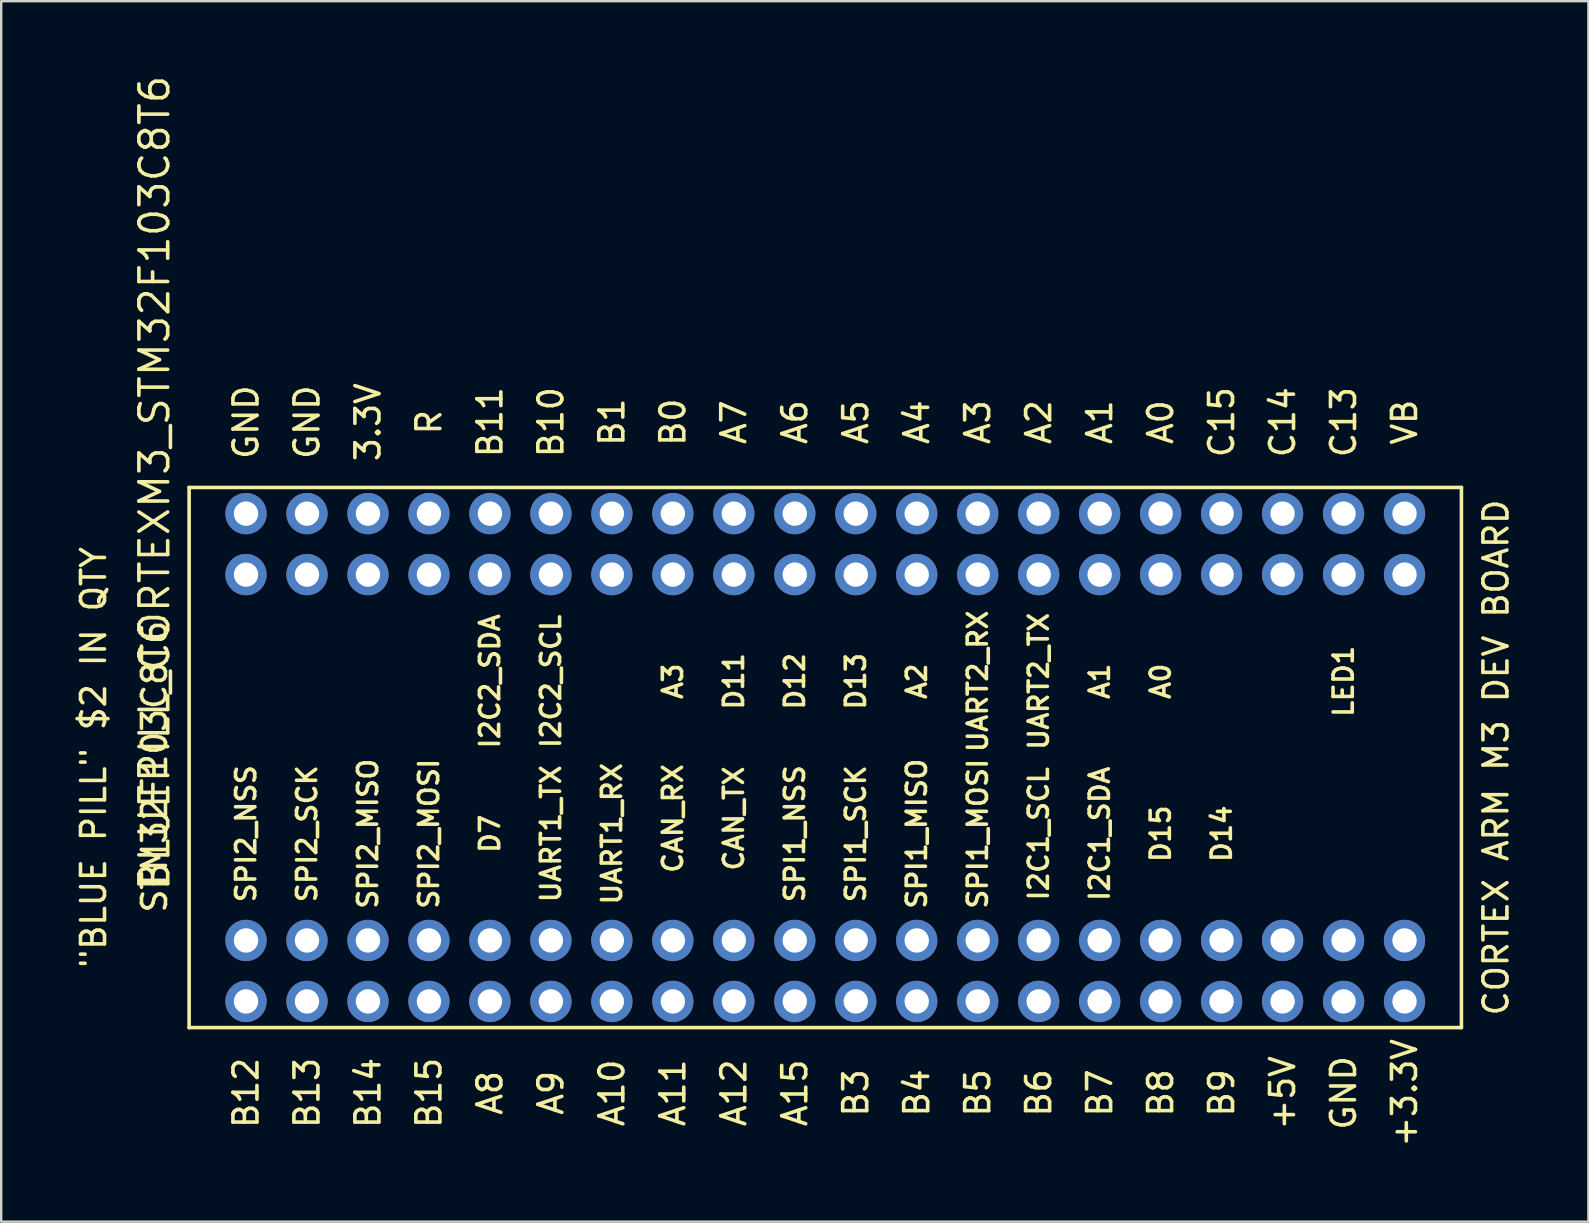
<source format=kicad_pcb>
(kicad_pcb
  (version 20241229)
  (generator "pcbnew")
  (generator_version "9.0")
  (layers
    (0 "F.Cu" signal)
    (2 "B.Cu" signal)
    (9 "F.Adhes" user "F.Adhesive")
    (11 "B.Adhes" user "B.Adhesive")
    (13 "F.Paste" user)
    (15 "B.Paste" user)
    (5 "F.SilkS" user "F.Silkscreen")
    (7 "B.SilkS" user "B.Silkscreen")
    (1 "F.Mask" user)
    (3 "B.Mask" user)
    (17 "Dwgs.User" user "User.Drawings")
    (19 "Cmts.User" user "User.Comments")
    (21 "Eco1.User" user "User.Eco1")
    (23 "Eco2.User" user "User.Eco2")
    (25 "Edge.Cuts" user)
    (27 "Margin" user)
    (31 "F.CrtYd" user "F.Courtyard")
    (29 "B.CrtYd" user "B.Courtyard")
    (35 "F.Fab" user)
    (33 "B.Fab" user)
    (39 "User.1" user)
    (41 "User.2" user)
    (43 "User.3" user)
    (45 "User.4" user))
  (footprint "BLUEPILL_CORTEXM3_STM32F103C8T6"
    (layer "F.Cu")
    (at 31.328 28.506)
    (property "Reference" "BLUEPILL_CORTEXM3_STM32F103C8T6" (at -27.94 -11.43 270) (layer "F.SilkS") (effects (font (size 1.2 1.2) (thickness 0.15))))
    (attr through_hole)
    (fp_line (start -26.5 -11.25) (end -26.5 11.25) (stroke (width 0.15) (type solid)) (layer "F.SilkS"))
    (fp_line (start -26.5 -11.25) (end 26.5 -11.25) (stroke (width 0.15) (type solid)) (layer "F.SilkS"))
    (fp_line (start -26.5 11.25) (end 26.5 11.25) (stroke (width 0.15) (type solid)) (layer "F.SilkS"))
    (fp_line (start 26.5 11.25) (end 26.5 -11.25) (stroke (width 0.15) (type solid)) (layer "F.SilkS"))
    (fp_text user "CAN_TX" (at -3.81 2.54 90) (layer "F.SilkS") (effects (font (size 0.8 0.8) (thickness 0.15))))
    (fp_text user "SPI2_SCK" (at -21.59 3.175 90) (layer "F.SilkS") (effects (font (size 0.8 0.8) (thickness 0.15))))
    (fp_text user "GND" (at -24.13 -13.97 90) (layer "F.SilkS") (effects (font (size 1 1) (thickness 0.15))))
    (fp_text user "A1" (at 11.43 -3.175 90) (layer "F.SilkS") (effects (font (size 0.8 0.8) (thickness 0.15))))
    (fp_text user "A3" (at 6.35 -13.97 90) (layer "F.SilkS") (effects (font (size 1 1) (thickness 0.15))))
    (fp_text user "A15" (at -1.27 13.97 90) (layer "F.SilkS") (effects (font (size 1 1) (thickness 0.15))))
    (fp_text user "SPI2_NSS" (at -24.13 3.175 90) (layer "F.SilkS") (effects (font (size 0.8 0.8) (thickness 0.15))))
    (fp_text user "I2C2_SDA" (at -13.97 -3.175 90) (layer "F.SilkS") (effects (font (size 0.8 0.8) (thickness 0.15))))
    (fp_text user "I2C1_SDA" (at 11.43 3.175 90) (layer "F.SilkS") (effects (font (size 0.8 0.8) (thickness 0.15))))
    (fp_text user "B0" (at -6.35 -13.97 90) (layer "F.SilkS") (effects (font (size 1 1) (thickness 0.15))))
    (fp_text user "SPI2_MOSI" (at -16.51 3.175 90) (layer "F.SilkS") (effects (font (size 0.8 0.8) (thickness 0.15))))
    (fp_text user "UART2_TX" (at 8.89 -3.175 90) (layer "F.SilkS") (effects (font (size 0.8 0.8) (thickness 0.15))))
    (fp_text user "R" (at -16.51 -13.97 90) (layer "F.SilkS") (effects (font (size 1 1) (thickness 0.15))))
    (fp_text user "I2C1_SCL" (at 8.89 3.175 90) (layer "F.SilkS") (effects (font (size 0.8 0.8) (thickness 0.15))))
    (fp_text user "A7" (at -3.81 -13.97 90) (layer "F.SilkS") (effects (font (size 1 1) (thickness 0.15))))
    (fp_text user "A10" (at -8.89 13.97 90) (layer "F.SilkS") (effects (font (size 1 1) (thickness 0.15))))
    (fp_text user "B7" (at 11.43 13.97 90) (layer "F.SilkS") (effects (font (size 1 1) (thickness 0.15))))
    (fp_text user "A6" (at -1.27 -13.97 90) (layer "F.SilkS") (effects (font (size 1 1) (thickness 0.15))))
    (fp_text user "D13" (at 1.27 -3.175 90) (layer "F.SilkS") (effects (font (size 0.8 0.8) (thickness 0.15))))
    (fp_text user "SPI1_SCK" (at 1.27 3.175 90) (layer "F.SilkS") (effects (font (size 0.8 0.8) (thickness 0.15))))
    (fp_text user "SPI1_NSS" (at -1.27 3.175 90) (layer "F.SilkS") (effects (font (size 0.8 0.8) (thickness 0.15))))
    (fp_text user "D11" (at -3.81 -3.175 90) (layer "F.SilkS") (effects (font (size 0.8 0.8) (thickness 0.15))))
    (fp_text user "+5V" (at 19.05 13.97 90) (layer "F.SilkS") (effects (font (size 1 1) (thickness 0.15))))
    (fp_text user "UART1_RX" (at -8.89 3.175 90) (layer "F.SilkS") (effects (font (size 0.8 0.8) (thickness 0.15))))
    (fp_text user "D15" (at 13.97 3.175 90) (layer "F.SilkS") (effects (font (size 0.8 0.8) (thickness 0.15))))
    (fp_text user "A4" (at 3.81 -13.97 90) (layer "F.SilkS") (effects (font (size 1 1) (thickness 0.15))))
    (fp_text user "SPI1_MOSI" (at 6.35 3.175 90) (layer "F.SilkS") (effects (font (size 0.8 0.8) (thickness 0.15))))
    (fp_text user "A12" (at -3.81 13.97 90) (layer "F.SilkS") (effects (font (size 1 1) (thickness 0.15))))
    (fp_text user "B14" (at -19.05 13.97 90) (layer "F.SilkS") (effects (font (size 1 1) (thickness 0.15))))
    (fp_text user "GND" (at 21.59 13.97 90) (layer "F.SilkS") (effects (font (size 1 1) (thickness 0.15))))
    (fp_text user "B10" (at -11.43 -13.97 90) (layer "F.SilkS") (effects (font (size 1 1) (thickness 0.15))))
    (fp_text user "A8" (at -13.97 13.97 90) (layer "F.SilkS") (effects (font (size 1 1) (thickness 0.15))))
    (fp_text user "D14" (at 16.51 3.175 90) (layer "F.SilkS") (effects (font (size 0.8 0.8) (thickness 0.15))))
    (fp_text user "SPI2_MISO" (at -19.05 3.175 90) (layer "F.SilkS") (effects (font (size 0.8 0.8) (thickness 0.15))))
    (fp_text user "CORTEX ARM M3 DEV BOARD" (at 27.94 0 90) (layer "F.SilkS") (effects (font (size 1 1) (thickness 0.15))))
    (fp_text user "A3" (at -6.35 -3.175 90) (layer "F.SilkS") (effects (font (size 0.8 0.8) (thickness 0.15))))
    (fp_text user "B4" (at 3.81 13.97 90) (layer "F.SilkS") (effects (font (size 1 1) (thickness 0.15))))
    (fp_text user "B13" (at -21.59 13.97 90) (layer "F.SilkS") (effects (font (size 1 1) (thickness 0.15))))
    (fp_text user "UART2_RX" (at 6.35 -3.175 90) (layer "F.SilkS") (effects (font (size 0.8 0.8) (thickness 0.15))))
    (fp_text user "I2C2_SCL" (at -11.43 -3.175 90) (layer "F.SilkS") (effects (font (size 0.8 0.8) (thickness 0.15))))
    (fp_text user "LED1" (at 21.59 -3.175 90) (layer "F.SilkS") (effects (font (size 0.8 0.8) (thickness 0.15))))
    (fp_text user "3.3V" (at -19.05 -13.97 90) (layer "F.SilkS") (effects (font (size 1 1) (thickness 0.15))))
    (fp_text user "UART1_TX" (at -11.43 3.175 90) (layer "F.SilkS") (effects (font (size 0.8 0.8) (thickness 0.15))))
    (fp_text user "B3" (at 1.27 13.97 90) (layer "F.SilkS") (effects (font (size 1 1) (thickness 0.15))))
    (fp_text user "A11" (at -6.35 13.97 90) (layer "F.SilkS") (effects (font (size 1 1) (thickness 0.15))))
    (fp_text user "B1" (at -8.89 -13.97 90) (layer "F.SilkS") (effects (font (size 1 1) (thickness 0.15))))
    (fp_text user "A0" (at 13.97 -3.175 90) (layer "F.SilkS") (effects (font (size 0.8 0.8) (thickness 0.15))))
    (fp_text user "GND" (at -21.59 -13.97 90) (layer "F.SilkS") (effects (font (size 1 1) (thickness 0.15))))
    (fp_text user "+3.3V" (at 24.13 13.97 90) (layer "F.SilkS") (effects (font (size 1 1) (thickness 0.15))))
    (fp_text user "A2" (at 8.89 -13.97 90) (layer "F.SilkS") (effects (font (size 1 1) (thickness 0.15))))
    (fp_text user "C14" (at 19.05 -13.97 90) (layer "F.SilkS") (effects (font (size 1 1) (thickness 0.15))))
    (fp_text user "D7" (at -13.97 3.175 90) (layer "F.SilkS") (effects (font (size 0.8 0.8) (thickness 0.15))))
    (fp_text user "D12" (at -1.27 -3.175 90) (layer "F.SilkS") (effects (font (size 0.8 0.8) (thickness 0.15))))
    (fp_text user "VB" (at 24.13 -13.97 90) (layer "F.SilkS") (effects (font (size 1 1) (thickness 0.15))))
    (fp_text user "SPI1_MISO" (at 3.81 3.175 90) (layer "F.SilkS") (effects (font (size 0.8 0.8) (thickness 0.15))))
    (fp_text user "B8" (at 13.97 13.97 90) (layer "F.SilkS") (effects (font (size 1 1) (thickness 0.15))))
    (fp_text user "A9" (at -11.43 13.97 90) (layer "F.SilkS") (effects (font (size 1 1) (thickness 0.15))))
    (fp_text user "A2" (at 3.81 -3.175 90) (layer "F.SilkS") (effects (font (size 0.8 0.8) (thickness 0.15))))
    (fp_text user "B6" (at 8.89 13.97 90) (layer "F.SilkS") (effects (font (size 1 1) (thickness 0.15))))
    (fp_text user "STM32F103C8T6 " (at -27.94 0 90) (layer "F.SilkS") (effects (font (size 1 1) (thickness 0.15))))
    (fp_text user "CAN_RX" (at -6.35 2.54 90) (layer "F.SilkS") (effects (font (size 0.8 0.8) (thickness 0.15))))
    (fp_text user "A5" (at 1.27 -13.97 90) (layer "F.SilkS") (effects (font (size 1 1) (thickness 0.15))))
    (fp_text user "\"BLUE PILL\" $2 IN QTY" (at -30.48 0 90) (layer "F.SilkS") (effects (font (size 1 1) (thickness 0.15))))
    (fp_text user "B5" (at 6.35 13.97 90) (layer "F.SilkS") (effects (font (size 1 1) (thickness 0.15))))
    (fp_text user "A1" (at 11.43 -13.97 90) (layer "F.SilkS") (effects (font (size 1 1) (thickness 0.15))))
    (fp_text user "B12" (at -24.13 13.97 90) (layer "F.SilkS") (effects (font (size 1 1) (thickness 0.15))))
    (fp_text user "B9" (at 16.51 13.97 90) (layer "F.SilkS") (effects (font (size 1 1) (thickness 0.15))))
    (fp_text user "C15" (at 16.51 -13.97 90) (layer "F.SilkS") (effects (font (size 1 1) (thickness 0.15))))
    (fp_text user "B11" (at -13.97 -13.97 90) (layer "F.SilkS") (effects (font (size 1 1) (thickness 0.15))))
    (fp_text user "B15" (at -16.51 13.97 90) (layer "F.SilkS") (effects (font (size 1 1) (thickness 0.15))))
    (fp_text user "A0" (at 13.97 -13.97 90) (layer "F.SilkS") (effects (font (size 1 1) (thickness 0.15))))
    (fp_text user "C13" (at 21.59 -13.97 90) (layer "F.SilkS") (effects (font (size 1 1) (thickness 0.15))))
    (pad "3.3V" thru_hole circle (at -19.05 -10.16) (size 1.72 1.72) (drill 1.016) (layers "*.Cu" "*.Mask"))
    (pad "3.3V" thru_hole circle (at -19.05 -7.62) (size 1.72 1.72) (drill 1.016) (layers "*.Cu" "*.Mask"))
    (pad "3.3V" thru_hole circle (at 24.13 7.62) (size 1.72 1.72) (drill 1.016) (layers "*.Cu" "*.Mask"))
    (pad "3.3V" thru_hole circle (at 24.13 10.16) (size 1.72 1.72) (drill 1.016) (layers "*.Cu" "*.Mask"))
    (pad "5V" thru_hole circle (at 19.05 7.62) (size 1.72 1.72) (drill 1.016) (layers "*.Cu" "*.Mask"))
    (pad "5V" thru_hole circle (at 19.05 10.16) (size 1.72 1.72) (drill 1.016) (layers "*.Cu" "*.Mask"))
    (pad "A0" thru_hole circle (at 13.97 -10.16) (size 1.72 1.72) (drill 1.016) (layers "*.Cu" "*.Mask"))
    (pad "A0" thru_hole circle (at 13.97 -7.62) (size 1.72 1.72) (drill 1.016) (layers "*.Cu" "*.Mask"))
    (pad "A1" thru_hole circle (at 11.43 -10.16) (size 1.72 1.72) (drill 1.016) (layers "*.Cu" "*.Mask"))
    (pad "A1" thru_hole circle (at 11.43 -7.62) (size 1.72 1.72) (drill 1.016) (layers "*.Cu" "*.Mask"))
    (pad "A2" thru_hole circle (at 8.89 -10.16) (size 1.72 1.72) (drill 1.016) (layers "*.Cu" "*.Mask"))
    (pad "A2" thru_hole circle (at 8.89 -7.62) (size 1.72 1.72) (drill 1.016) (layers "*.Cu" "*.Mask"))
    (pad "A3" thru_hole circle (at 6.35 -10.16) (size 1.72 1.72) (drill 1.016) (layers "*.Cu" "*.Mask"))
    (pad "A3" thru_hole circle (at 6.35 -7.62) (size 1.72 1.72) (drill 1.016) (layers "*.Cu" "*.Mask"))
    (pad "A4" thru_hole circle (at 3.81 -10.16) (size 1.72 1.72) (drill 1.016) (layers "*.Cu" "*.Mask"))
    (pad "A4" thru_hole circle (at 3.81 -7.62) (size 1.72 1.72) (drill 1.016) (layers "*.Cu" "*.Mask"))
    (pad "A5" thru_hole circle (at 1.27 -10.16) (size 1.72 1.72) (drill 1.016) (layers "*.Cu" "*.Mask"))
    (pad "A5" thru_hole circle (at 1.27 -7.62) (size 1.72 1.72) (drill 1.016) (layers "*.Cu" "*.Mask"))
    (pad "A6" thru_hole circle (at -1.27 -10.16) (size 1.72 1.72) (drill 1.016) (layers "*.Cu" "*.Mask"))
    (pad "A6" thru_hole circle (at -1.27 -7.62) (size 1.72 1.72) (drill 1.016) (layers "*.Cu" "*.Mask"))
    (pad "A7" thru_hole circle (at -3.81 -10.16) (size 1.72 1.72) (drill 1.016) (layers "*.Cu" "*.Mask"))
    (pad "A7" thru_hole circle (at -3.81 -7.62) (size 1.72 1.72) (drill 1.016) (layers "*.Cu" "*.Mask"))
    (pad "A8" thru_hole circle (at -13.97 7.62) (size 1.72 1.72) (drill 1.016) (layers "*.Cu" "*.Mask"))
    (pad "A8" thru_hole circle (at -13.97 10.16) (size 1.72 1.72) (drill 1.016) (layers "*.Cu" "*.Mask"))
    (pad "A9" thru_hole circle (at -11.43 7.62) (size 1.72 1.72) (drill 1.016) (layers "*.Cu" "*.Mask"))
    (pad "A9" thru_hole circle (at -11.43 10.16) (size 1.72 1.72) (drill 1.016) (layers "*.Cu" "*.Mask"))
    (pad "A10" thru_hole circle (at -8.89 7.62) (size 1.72 1.72) (drill 1.016) (layers "*.Cu" "*.Mask"))
    (pad "A10" thru_hole circle (at -8.89 10.16) (size 1.72 1.72) (drill 1.016) (layers "*.Cu" "*.Mask"))
    (pad "A11" thru_hole circle (at -6.35 7.62) (size 1.72 1.72) (drill 1.016) (layers "*.Cu" "*.Mask"))
    (pad "A11" thru_hole circle (at -6.35 10.16) (size 1.72 1.72) (drill 1.016) (layers "*.Cu" "*.Mask"))
    (pad "A12" thru_hole circle (at -3.81 7.62) (size 1.72 1.72) (drill 1.016) (layers "*.Cu" "*.Mask"))
    (pad "A12" thru_hole circle (at -3.81 10.16) (size 1.72 1.72) (drill 1.016) (layers "*.Cu" "*.Mask"))
    (pad "A15" thru_hole circle (at -1.27 7.62) (size 1.72 1.72) (drill 1.016) (layers "*.Cu" "*.Mask"))
    (pad "A15" thru_hole circle (at -1.27 10.16) (size 1.72 1.72) (drill 1.016) (layers "*.Cu" "*.Mask"))
    (pad "B0" thru_hole circle (at -6.35 -10.16) (size 1.72 1.72) (drill 1.016) (layers "*.Cu" "*.Mask"))
    (pad "B0" thru_hole circle (at -6.35 -7.62) (size 1.72 1.72) (drill 1.016) (layers "*.Cu" "*.Mask"))
    (pad "B1" thru_hole circle (at -8.89 -10.16) (size 1.72 1.72) (drill 1.016) (layers "*.Cu" "*.Mask"))
    (pad "B1" thru_hole circle (at -8.89 -7.62) (size 1.72 1.72) (drill 1.016) (layers "*.Cu" "*.Mask"))
    (pad "B3" thru_hole circle (at 1.27 7.62) (size 1.72 1.72) (drill 1.016) (layers "*.Cu" "*.Mask"))
    (pad "B3" thru_hole circle (at 1.27 10.16) (size 1.72 1.72) (drill 1.016) (layers "*.Cu" "*.Mask"))
    (pad "B4" thru_hole circle (at 3.81 7.62) (size 1.72 1.72) (drill 1.016) (layers "*.Cu" "*.Mask"))
    (pad "B4" thru_hole circle (at 3.81 10.16) (size 1.72 1.72) (drill 1.016) (layers "*.Cu" "*.Mask"))
    (pad "B5" thru_hole circle (at 6.35 7.62) (size 1.72 1.72) (drill 1.016) (layers "*.Cu" "*.Mask"))
    (pad "B5" thru_hole circle (at 6.35 10.16) (size 1.72 1.72) (drill 1.016) (layers "*.Cu" "*.Mask"))
    (pad "B6" thru_hole circle (at 8.89 7.62) (size 1.72 1.72) (drill 1.016) (layers "*.Cu" "*.Mask"))
    (pad "B6" thru_hole circle (at 8.89 10.16) (size 1.72 1.72) (drill 1.016) (layers "*.Cu" "*.Mask"))
    (pad "B7" thru_hole circle (at 11.43 7.62) (size 1.72 1.72) (drill 1.016) (layers "*.Cu" "*.Mask"))
    (pad "B7" thru_hole circle (at 11.43 10.16) (size 1.72 1.72) (drill 1.016) (layers "*.Cu" "*.Mask"))
    (pad "B8" thru_hole circle (at 13.97 7.62) (size 1.72 1.72) (drill 1.016) (layers "*.Cu" "*.Mask"))
    (pad "B8" thru_hole circle (at 13.97 10.16) (size 1.72 1.72) (drill 1.016) (layers "*.Cu" "*.Mask"))
    (pad "B9" thru_hole circle (at 16.51 7.62) (size 1.72 1.72) (drill 1.016) (layers "*.Cu" "*.Mask"))
    (pad "B9" thru_hole circle (at 16.51 10.16) (size 1.72 1.72) (drill 1.016) (layers "*.Cu" "*.Mask"))
    (pad "B10" thru_hole circle (at -11.43 -10.16) (size 1.72 1.72) (drill 1.016) (layers "*.Cu" "*.Mask"))
    (pad "B10" thru_hole circle (at -11.43 -7.62) (size 1.72 1.72) (drill 1.016) (layers "*.Cu" "*.Mask"))
    (pad "B11" thru_hole circle (at -13.97 -10.16) (size 1.72 1.72) (drill 1.016) (layers "*.Cu" "*.Mask"))
    (pad "B11" thru_hole circle (at -13.97 -7.62) (size 1.72 1.72) (drill 1.016) (layers "*.Cu" "*.Mask"))
    (pad "B12" thru_hole circle (at -24.13 7.62) (size 1.72 1.72) (drill 1.016) (layers "*.Cu" "*.Mask"))
    (pad "B12" thru_hole circle (at -24.13 10.16) (size 1.72 1.72) (drill 1.016) (layers "*.Cu" "*.Mask"))
    (pad "B13" thru_hole circle (at -21.59 7.62) (size 1.72 1.72) (drill 1.016) (layers "*.Cu" "*.Mask"))
    (pad "B13" thru_hole circle (at -21.59 10.16) (size 1.72 1.72) (drill 1.016) (layers "*.Cu" "*.Mask"))
    (pad "B14" thru_hole circle (at -19.05 7.62) (size 1.72 1.72) (drill 1.016) (layers "*.Cu" "*.Mask"))
    (pad "B14" thru_hole circle (at -19.05 10.16) (size 1.72 1.72) (drill 1.016) (layers "*.Cu" "*.Mask"))
    (pad "B15" thru_hole circle (at -16.51 7.62) (size 1.72 1.72) (drill 1.016) (layers "*.Cu" "*.Mask"))
    (pad "B15" thru_hole circle (at -16.51 10.16) (size 1.72 1.72) (drill 1.016) (layers "*.Cu" "*.Mask"))
    (pad "C13" thru_hole circle (at 21.59 -10.16) (size 1.72 1.72) (drill 1.016) (layers "*.Cu" "*.Mask"))
    (pad "C13" thru_hole circle (at 21.59 -7.62) (size 1.72 1.72) (drill 1.016) (layers "*.Cu" "*.Mask"))
    (pad "C14" thru_hole circle (at 19.05 -10.16) (size 1.72 1.72) (drill 1.016) (layers "*.Cu" "*.Mask"))
    (pad "C14" thru_hole circle (at 19.05 -7.62) (size 1.72 1.72) (drill 1.016) (layers "*.Cu" "*.Mask"))
    (pad "C15" thru_hole circle (at 16.51 -10.16) (size 1.72 1.72) (drill 1.016) (layers "*.Cu" "*.Mask"))
    (pad "C15" thru_hole circle (at 16.51 -7.62) (size 1.72 1.72) (drill 1.016) (layers "*.Cu" "*.Mask"))
    (pad "GND" thru_hole circle (at -24.13 -10.16) (size 1.72 1.72) (drill 1.016) (layers "*.Cu" "*.Mask"))
    (pad "GND" thru_hole circle (at -24.13 -7.62) (size 1.72 1.72) (drill 1.016) (layers "*.Cu" "*.Mask"))
    (pad "GND" thru_hole circle (at -21.59 -10.16) (size 1.72 1.72) (drill 1.016) (layers "*.Cu" "*.Mask"))
    (pad "GND" thru_hole circle (at -21.59 -7.62) (size 1.72 1.72) (drill 1.016) (layers "*.Cu" "*.Mask"))
    (pad "GND" thru_hole circle (at 21.59 7.62) (size 1.72 1.72) (drill 1.016) (layers "*.Cu" "*.Mask"))
    (pad "GND" thru_hole circle (at 21.59 10.16) (size 1.72 1.72) (drill 1.016) (layers "*.Cu" "*.Mask"))
    (pad "R" thru_hole circle (at -16.51 -10.16) (size 1.72 1.72) (drill 1.016) (layers "*.Cu" "*.Mask"))
    (pad "R" thru_hole circle (at -16.51 -7.62) (size 1.72 1.72) (drill 1.016) (layers "*.Cu" "*.Mask"))
    (pad "VB" thru_hole circle (at 24.13 -10.16) (size 1.72 1.72) (drill 1.016) (layers "*.Cu" "*.Mask"))
    (pad "VB" thru_hole circle (at 24.13 -7.62) (size 1.72 1.72) (drill 1.016) (layers "*.Cu" "*.Mask")))
  (gr_rect
    (start -3 -3)
    (end 63.117 47.84)
    (stroke (width 0.1) (type default))
    (fill no)
    (layer "Edge.Cuts")))
</source>
